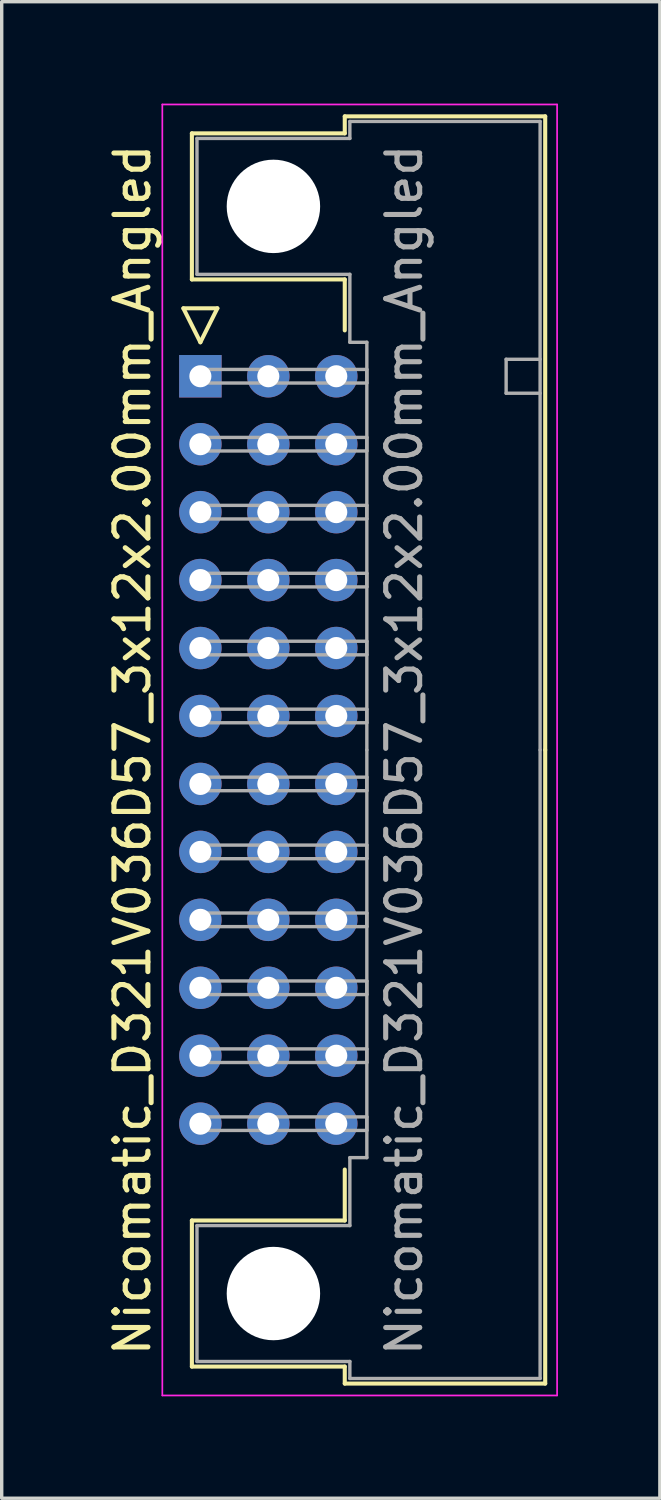
<source format=kicad_pcb>
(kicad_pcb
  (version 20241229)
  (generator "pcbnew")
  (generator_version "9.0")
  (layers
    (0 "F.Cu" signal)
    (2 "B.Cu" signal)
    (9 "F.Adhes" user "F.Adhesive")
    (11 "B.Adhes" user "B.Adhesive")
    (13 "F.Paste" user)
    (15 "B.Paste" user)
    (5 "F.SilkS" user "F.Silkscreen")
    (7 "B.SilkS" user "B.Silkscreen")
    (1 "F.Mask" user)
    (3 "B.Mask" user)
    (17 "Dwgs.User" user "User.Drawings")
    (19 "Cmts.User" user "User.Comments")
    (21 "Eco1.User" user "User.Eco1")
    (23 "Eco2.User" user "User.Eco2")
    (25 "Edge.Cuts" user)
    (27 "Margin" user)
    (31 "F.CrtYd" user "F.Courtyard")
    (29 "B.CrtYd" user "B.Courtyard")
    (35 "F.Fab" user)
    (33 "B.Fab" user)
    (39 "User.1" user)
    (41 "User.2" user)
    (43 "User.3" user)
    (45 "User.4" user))
  (footprint "Nicomatic_D321V036D57_3x12x2.00mm_Angled"
    (layer "F.Cu")
    (at 2.848 8.025)
    (property "Reference" "Nicomatic_D321V036D57_3x12x2.00mm_Angled" (at -2 11 90) (layer "F.SilkS") (effects (font (size 1 1) (thickness 0.15))))
    (attr through_hole)
    (fp_line (start -0.5 -2) (end 0 -1) (stroke (width 0.12) (type solid)) (layer "F.SilkS"))
    (fp_line (start -0.25 -7.15) (end -0.25 -2.85) (stroke (width 0.12) (type solid)) (layer "F.SilkS"))
    (fp_line (start -0.25 -2.85) (end 4.25 -2.85) (stroke (width 0.12) (type solid)) (layer "F.SilkS"))
    (fp_line (start -0.25 24.85) (end 4.25 24.85) (stroke (width 0.12) (type solid)) (layer "F.SilkS"))
    (fp_line (start -0.25 29.15) (end -0.25 24.85) (stroke (width 0.12) (type solid)) (layer "F.SilkS"))
    (fp_line (start 0 -1) (end 0.5 -2) (stroke (width 0.12) (type solid)) (layer "F.SilkS"))
    (fp_line (start 0.5 -2) (end -0.5 -2) (stroke (width 0.12) (type solid)) (layer "F.SilkS"))
    (fp_line (start 4.25 -7.65) (end 4.25 -7.15) (stroke (width 0.12) (type solid)) (layer "F.SilkS"))
    (fp_line (start 4.25 -7.15) (end -0.25 -7.15) (stroke (width 0.12) (type solid)) (layer "F.SilkS"))
    (fp_line (start 4.25 -2.85) (end 4.25 -1.35) (stroke (width 0.12) (type solid)) (layer "F.SilkS"))
    (fp_line (start 4.25 24.85) (end 4.25 23.35) (stroke (width 0.12) (type solid)) (layer "F.SilkS"))
    (fp_line (start 4.25 29.15) (end -0.25 29.15) (stroke (width 0.12) (type solid)) (layer "F.SilkS"))
    (fp_line (start 4.25 29.65) (end 4.25 29.15) (stroke (width 0.12) (type solid)) (layer "F.SilkS"))
    (fp_line (start 10.15 -7.65) (end 4.25 -7.65) (stroke (width 0.12) (type solid)) (layer "F.SilkS"))
    (fp_line (start 10.15 11) (end 10.15 -7.65) (stroke (width 0.12) (type solid)) (layer "F.SilkS"))
    (fp_line (start 10.15 11) (end 10.15 29.65) (stroke (width 0.12) (type solid)) (layer "F.SilkS"))
    (fp_line (start 10.15 29.65) (end 4.25 29.65) (stroke (width 0.12) (type solid)) (layer "F.SilkS"))
    (fp_line (start -1.12 -8) (end -1.12 30) (stroke (width 0.05) (type solid)) (layer "F.CrtYd"))
    (fp_line (start -1.12 30) (end 10.5 30) (stroke (width 0.05) (type solid)) (layer "F.CrtYd"))
    (fp_line (start 10.5 -8) (end -1.12 -8) (stroke (width 0.05) (type solid)) (layer "F.CrtYd"))
    (fp_line (start 10.5 30) (end 10.5 -8) (stroke (width 0.05) (type solid)) (layer "F.CrtYd"))
    (fp_line (start -0.1 -7) (end -0.1 -3) (stroke (width 0.1) (type solid)) (layer "F.Fab"))
    (fp_line (start -0.1 -3) (end 4.4 -3) (stroke (width 0.1) (type solid)) (layer "F.Fab"))
    (fp_line (start -0.1 25) (end 4.4 25) (stroke (width 0.1) (type solid)) (layer "F.Fab"))
    (fp_line (start -0.1 29) (end -0.1 25) (stroke (width 0.1) (type solid)) (layer "F.Fab"))
    (fp_line (start 0 -0.2) (end 0 0.2) (stroke (width 0.1) (type solid)) (layer "F.Fab"))
    (fp_line (start 0 0.2) (end 4.9 0.2) (stroke (width 0.1) (type solid)) (layer "F.Fab"))
    (fp_line (start 0 1.8) (end 0 2.2) (stroke (width 0.1) (type solid)) (layer "F.Fab"))
    (fp_line (start 0 2.2) (end 4.9 2.2) (stroke (width 0.1) (type solid)) (layer "F.Fab"))
    (fp_line (start 0 3.8) (end 0 4.2) (stroke (width 0.1) (type solid)) (layer "F.Fab"))
    (fp_line (start 0 4.2) (end 4.9 4.2) (stroke (width 0.1) (type solid)) (layer "F.Fab"))
    (fp_line (start 0 5.8) (end 0 6.2) (stroke (width 0.1) (type solid)) (layer "F.Fab"))
    (fp_line (start 0 6.2) (end 4.9 6.2) (stroke (width 0.1) (type solid)) (layer "F.Fab"))
    (fp_line (start 0 7.8) (end 0 8.2) (stroke (width 0.1) (type solid)) (layer "F.Fab"))
    (fp_line (start 0 8.2) (end 4.9 8.2) (stroke (width 0.1) (type solid)) (layer "F.Fab"))
    (fp_line (start 0 9.8) (end 0 10.2) (stroke (width 0.1) (type solid)) (layer "F.Fab"))
    (fp_line (start 0 10.2) (end 4.9 10.2) (stroke (width 0.1) (type solid)) (layer "F.Fab"))
    (fp_line (start 0 11.8) (end 0 12.2) (stroke (width 0.1) (type solid)) (layer "F.Fab"))
    (fp_line (start 0 12.2) (end 4.9 12.2) (stroke (width 0.1) (type solid)) (layer "F.Fab"))
    (fp_line (start 0 13.8) (end 0 14.2) (stroke (width 0.1) (type solid)) (layer "F.Fab"))
    (fp_line (start 0 14.2) (end 4.9 14.2) (stroke (width 0.1) (type solid)) (layer "F.Fab"))
    (fp_line (start 0 15.8) (end 0 16.2) (stroke (width 0.1) (type solid)) (layer "F.Fab"))
    (fp_line (start 0 16.2) (end 4.9 16.2) (stroke (width 0.1) (type solid)) (layer "F.Fab"))
    (fp_line (start 0 17.8) (end 0 18.2) (stroke (width 0.1) (type solid)) (layer "F.Fab"))
    (fp_line (start 0 18.2) (end 4.9 18.2) (stroke (width 0.1) (type solid)) (layer "F.Fab"))
    (fp_line (start 0 19.8) (end 0 20.2) (stroke (width 0.1) (type solid)) (layer "F.Fab"))
    (fp_line (start 0 20.2) (end 4.9 20.2) (stroke (width 0.1) (type solid)) (layer "F.Fab"))
    (fp_line (start 0 21.8) (end 0 22.2) (stroke (width 0.1) (type solid)) (layer "F.Fab"))
    (fp_line (start 0 22.2) (end 4.9 22.2) (stroke (width 0.1) (type solid)) (layer "F.Fab"))
    (fp_line (start 4.4 -7.5) (end 4.4 -7) (stroke (width 0.1) (type solid)) (layer "F.Fab"))
    (fp_line (start 4.4 -7) (end -0.1 -7) (stroke (width 0.1) (type solid)) (layer "F.Fab"))
    (fp_line (start 4.4 -3) (end 4.4 -1) (stroke (width 0.1) (type solid)) (layer "F.Fab"))
    (fp_line (start 4.4 -1) (end 4.9 -1) (stroke (width 0.1) (type solid)) (layer "F.Fab"))
    (fp_line (start 4.4 23) (end 4.9 23) (stroke (width 0.1) (type solid)) (layer "F.Fab"))
    (fp_line (start 4.4 25) (end 4.4 23) (stroke (width 0.1) (type solid)) (layer "F.Fab"))
    (fp_line (start 4.4 29) (end -0.1 29) (stroke (width 0.1) (type solid)) (layer "F.Fab"))
    (fp_line (start 4.4 29.5) (end 4.4 29) (stroke (width 0.1) (type solid)) (layer "F.Fab"))
    (fp_line (start 4.9 -1) (end 4.9 11) (stroke (width 0.1) (type solid)) (layer "F.Fab"))
    (fp_line (start 4.9 -0.2) (end 0 -0.2) (stroke (width 0.1) (type solid)) (layer "F.Fab"))
    (fp_line (start 4.9 0.2) (end 4.9 -0.2) (stroke (width 0.1) (type solid)) (layer "F.Fab"))
    (fp_line (start 4.9 1.8) (end 0 1.8) (stroke (width 0.1) (type solid)) (layer "F.Fab"))
    (fp_line (start 4.9 2.2) (end 4.9 1.8) (stroke (width 0.1) (type solid)) (layer "F.Fab"))
    (fp_line (start 4.9 3.8) (end 0 3.8) (stroke (width 0.1) (type solid)) (layer "F.Fab"))
    (fp_line (start 4.9 4.2) (end 4.9 3.8) (stroke (width 0.1) (type solid)) (layer "F.Fab"))
    (fp_line (start 4.9 5.8) (end 0 5.8) (stroke (width 0.1) (type solid)) (layer "F.Fab"))
    (fp_line (start 4.9 6.2) (end 4.9 5.8) (stroke (width 0.1) (type solid)) (layer "F.Fab"))
    (fp_line (start 4.9 7.8) (end 0 7.8) (stroke (width 0.1) (type solid)) (layer "F.Fab"))
    (fp_line (start 4.9 8.2) (end 4.9 7.8) (stroke (width 0.1) (type solid)) (layer "F.Fab"))
    (fp_line (start 4.9 9.8) (end 0 9.8) (stroke (width 0.1) (type solid)) (layer "F.Fab"))
    (fp_line (start 4.9 10.2) (end 4.9 9.8) (stroke (width 0.1) (type solid)) (layer "F.Fab"))
    (fp_line (start 4.9 11.8) (end 0 11.8) (stroke (width 0.1) (type solid)) (layer "F.Fab"))
    (fp_line (start 4.9 12.2) (end 4.9 11.8) (stroke (width 0.1) (type solid)) (layer "F.Fab"))
    (fp_line (start 4.9 13.8) (end 0 13.8) (stroke (width 0.1) (type solid)) (layer "F.Fab"))
    (fp_line (start 4.9 14.2) (end 4.9 13.8) (stroke (width 0.1) (type solid)) (layer "F.Fab"))
    (fp_line (start 4.9 15.8) (end 0 15.8) (stroke (width 0.1) (type solid)) (layer "F.Fab"))
    (fp_line (start 4.9 16.2) (end 4.9 15.8) (stroke (width 0.1) (type solid)) (layer "F.Fab"))
    (fp_line (start 4.9 17.8) (end 0 17.8) (stroke (width 0.1) (type solid)) (layer "F.Fab"))
    (fp_line (start 4.9 18.2) (end 4.9 17.8) (stroke (width 0.1) (type solid)) (layer "F.Fab"))
    (fp_line (start 4.9 19.8) (end 0 19.8) (stroke (width 0.1) (type solid)) (layer "F.Fab"))
    (fp_line (start 4.9 20.2) (end 4.9 19.8) (stroke (width 0.1) (type solid)) (layer "F.Fab"))
    (fp_line (start 4.9 21.8) (end 0 21.8) (stroke (width 0.1) (type solid)) (layer "F.Fab"))
    (fp_line (start 4.9 22.2) (end 4.9 21.8) (stroke (width 0.1) (type solid)) (layer "F.Fab"))
    (fp_line (start 4.9 23) (end 4.9 11) (stroke (width 0.1) (type solid)) (layer "F.Fab"))
    (fp_line (start 9 -0.5) (end 9 0.5) (stroke (width 0.1) (type solid)) (layer "F.Fab"))
    (fp_line (start 9 0.5) (end 10 0.5) (stroke (width 0.1) (type solid)) (layer "F.Fab"))
    (fp_line (start 10 -7.5) (end 4.4 -7.5) (stroke (width 0.1) (type solid)) (layer "F.Fab"))
    (fp_line (start 10 -0.5) (end 9 -0.5) (stroke (width 0.1) (type solid)) (layer "F.Fab"))
    (fp_line (start 10 11) (end 10 -7.5) (stroke (width 0.1) (type solid)) (layer "F.Fab"))
    (fp_line (start 10 11) (end 10 29.5) (stroke (width 0.1) (type solid)) (layer "F.Fab"))
    (fp_line (start 10 29.5) (end 4.4 29.5) (stroke (width 0.1) (type solid)) (layer "F.Fab"))
    (fp_text user "${REFERENCE}" (at 6 11 90) (layer "F.Fab") (effects (font (size 1 1) (thickness 0.15))))
    (pad "" np_thru_hole circle (at 2.15 -5) (size 2.75 2.75) (drill 2.75) (layers "*.Cu" "*.Mask"))
    (pad "" np_thru_hole circle (at 2.15 27) (size 2.75 2.75) (drill 2.75) (layers "*.Cu" "*.Mask"))
    (pad "1" thru_hole rect (at 0 0) (size 1.25 1.25) (drill 0.65) (layers "*.Cu" "*.Mask"))
    (pad "2" thru_hole oval (at 0 2) (size 1.25 1.25) (drill 0.65) (layers "*.Cu" "*.Mask"))
    (pad "3" thru_hole oval (at 0 4) (size 1.25 1.25) (drill 0.65) (layers "*.Cu" "*.Mask"))
    (pad "4" thru_hole oval (at 0 6) (size 1.25 1.25) (drill 0.65) (layers "*.Cu" "*.Mask"))
    (pad "5" thru_hole oval (at 0 8) (size 1.25 1.25) (drill 0.65) (layers "*.Cu" "*.Mask"))
    (pad "6" thru_hole oval (at 0 10) (size 1.25 1.25) (drill 0.65) (layers "*.Cu" "*.Mask"))
    (pad "7" thru_hole oval (at 0 12) (size 1.25 1.25) (drill 0.65) (layers "*.Cu" "*.Mask"))
    (pad "8" thru_hole oval (at 0 14) (size 1.25 1.25) (drill 0.65) (layers "*.Cu" "*.Mask"))
    (pad "9" thru_hole oval (at 0 16) (size 1.25 1.25) (drill 0.65) (layers "*.Cu" "*.Mask"))
    (pad "10" thru_hole oval (at 0 18) (size 1.25 1.25) (drill 0.65) (layers "*.Cu" "*.Mask"))
    (pad "11" thru_hole oval (at 0 20) (size 1.25 1.25) (drill 0.65) (layers "*.Cu" "*.Mask"))
    (pad "12" thru_hole oval (at 0 22) (size 1.25 1.25) (drill 0.65) (layers "*.Cu" "*.Mask"))
    (pad "13" thru_hole oval (at 2 0) (size 1.25 1.25) (drill 0.65) (layers "*.Cu" "*.Mask"))
    (pad "14" thru_hole oval (at 2 2) (size 1.25 1.25) (drill 0.65) (layers "*.Cu" "*.Mask"))
    (pad "15" thru_hole oval (at 2 4) (size 1.25 1.25) (drill 0.65) (layers "*.Cu" "*.Mask"))
    (pad "16" thru_hole oval (at 2 6) (size 1.25 1.25) (drill 0.65) (layers "*.Cu" "*.Mask"))
    (pad "17" thru_hole oval (at 2 8) (size 1.25 1.25) (drill 0.65) (layers "*.Cu" "*.Mask"))
    (pad "18" thru_hole oval (at 2 10) (size 1.25 1.25) (drill 0.65) (layers "*.Cu" "*.Mask"))
    (pad "19" thru_hole oval (at 2 12) (size 1.25 1.25) (drill 0.65) (layers "*.Cu" "*.Mask"))
    (pad "20" thru_hole oval (at 2 14) (size 1.25 1.25) (drill 0.65) (layers "*.Cu" "*.Mask"))
    (pad "21" thru_hole oval (at 2 16) (size 1.25 1.25) (drill 0.65) (layers "*.Cu" "*.Mask"))
    (pad "22" thru_hole oval (at 2 18) (size 1.25 1.25) (drill 0.65) (layers "*.Cu" "*.Mask"))
    (pad "23" thru_hole oval (at 2 20) (size 1.25 1.25) (drill 0.65) (layers "*.Cu" "*.Mask"))
    (pad "24" thru_hole oval (at 2 22) (size 1.25 1.25) (drill 0.65) (layers "*.Cu" "*.Mask"))
    (pad "25" thru_hole oval (at 4 0) (size 1.25 1.25) (drill 0.65) (layers "*.Cu" "*.Mask"))
    (pad "26" thru_hole oval (at 4 2) (size 1.25 1.25) (drill 0.65) (layers "*.Cu" "*.Mask"))
    (pad "27" thru_hole oval (at 4 4) (size 1.25 1.25) (drill 0.65) (layers "*.Cu" "*.Mask"))
    (pad "28" thru_hole oval (at 4 6) (size 1.25 1.25) (drill 0.65) (layers "*.Cu" "*.Mask"))
    (pad "29" thru_hole oval (at 4 8) (size 1.25 1.25) (drill 0.65) (layers "*.Cu" "*.Mask"))
    (pad "30" thru_hole oval (at 4 10) (size 1.25 1.25) (drill 0.65) (layers "*.Cu" "*.Mask"))
    (pad "31" thru_hole oval (at 4 12) (size 1.25 1.25) (drill 0.65) (layers "*.Cu" "*.Mask"))
    (pad "32" thru_hole oval (at 4 14) (size 1.25 1.25) (drill 0.65) (layers "*.Cu" "*.Mask"))
    (pad "33" thru_hole oval (at 4 16) (size 1.25 1.25) (drill 0.65) (layers "*.Cu" "*.Mask"))
    (pad "34" thru_hole oval (at 4 18) (size 1.25 1.25) (drill 0.65) (layers "*.Cu" "*.Mask"))
    (pad "35" thru_hole oval (at 4 20) (size 1.25 1.25) (drill 0.65) (layers "*.Cu" "*.Mask"))
    (pad "36" thru_hole oval (at 4 22) (size 1.25 1.25) (drill 0.65) (layers "*.Cu" "*.Mask")))
  (gr_rect
    (start -3 -3)
    (end 16.373 41.05)
    (stroke (width 0.1) (type default))
    (fill no)
    (layer "Edge.Cuts")))
</source>
